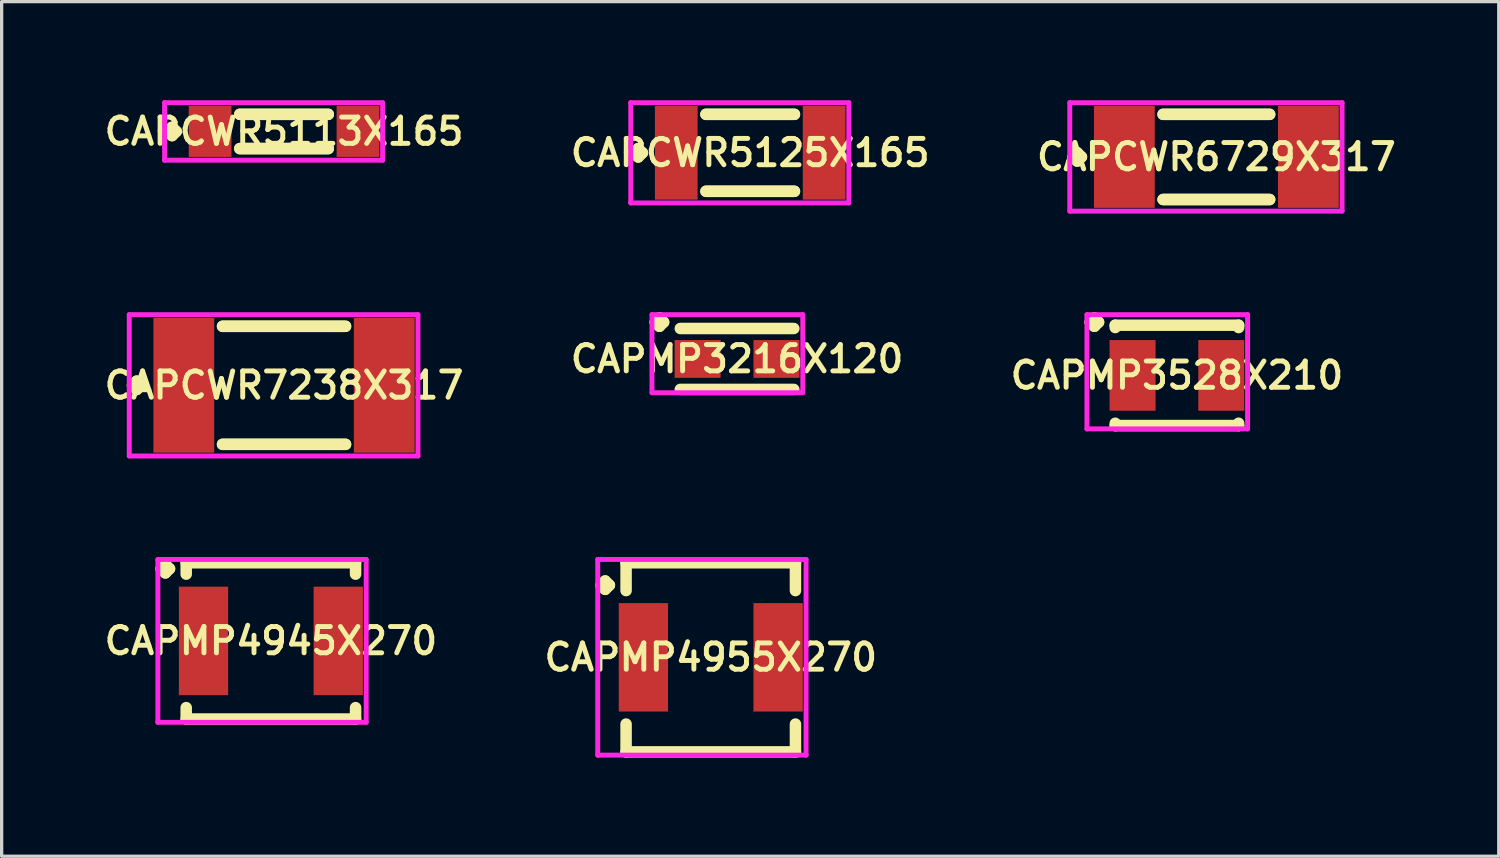
<source format=kicad_pcb>
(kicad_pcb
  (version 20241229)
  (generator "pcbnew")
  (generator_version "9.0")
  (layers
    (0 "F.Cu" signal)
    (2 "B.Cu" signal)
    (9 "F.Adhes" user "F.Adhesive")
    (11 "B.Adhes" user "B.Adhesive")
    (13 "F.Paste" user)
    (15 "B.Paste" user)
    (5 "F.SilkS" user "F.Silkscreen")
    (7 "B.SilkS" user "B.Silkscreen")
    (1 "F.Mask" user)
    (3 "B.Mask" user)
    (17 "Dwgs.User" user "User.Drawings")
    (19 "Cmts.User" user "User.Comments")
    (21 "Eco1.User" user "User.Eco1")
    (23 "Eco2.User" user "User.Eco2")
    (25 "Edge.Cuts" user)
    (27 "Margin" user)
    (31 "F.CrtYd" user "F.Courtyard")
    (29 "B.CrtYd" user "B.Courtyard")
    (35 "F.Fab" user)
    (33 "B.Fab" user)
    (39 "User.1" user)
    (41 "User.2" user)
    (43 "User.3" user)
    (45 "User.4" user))
  (footprint "CAPMP4955X270"
    (layer "F.Cu")
    (at 18.578 16.952)
    (property "Reference" "CAPMP4955X270" (at 0 0 0) (layer "F.SilkS") (effects (font (size 0.8 0.8) (thickness 0.15))))
    (attr smd)
    (fp_line (start -3.339 -2.196) (end -3.212 -2.323) (stroke (width 0.35) (type solid)) (layer "F.SilkS"))
    (fp_line (start -3.212 -2.323) (end -3.085 -2.196) (stroke (width 0.35) (type solid)) (layer "F.SilkS"))
    (fp_line (start -3.212 -2.069) (end -3.339 -2.196) (stroke (width 0.35) (type solid)) (layer "F.SilkS"))
    (fp_line (start -3.085 -2.196) (end -3.212 -2.069) (stroke (width 0.35) (type solid)) (layer "F.SilkS"))
    (fp_line (start -2.577 -2.877) (end 2.577 -2.877) (stroke (width 0.35) (type solid)) (layer "F.SilkS"))
    (fp_line (start -2.577 -2.031) (end -2.577 -2.877) (stroke (width 0.35) (type solid)) (layer "F.SilkS"))
    (fp_line (start -2.577 2.031) (end -2.577 2.877) (stroke (width 0.35) (type solid)) (layer "F.SilkS"))
    (fp_line (start -2.577 2.877) (end 2.577 2.877) (stroke (width 0.35) (type solid)) (layer "F.SilkS"))
    (fp_line (start 2.577 -2.877) (end 2.577 -2.031) (stroke (width 0.35) (type solid)) (layer "F.SilkS"))
    (fp_line (start 2.577 2.877) (end 2.577 2.031) (stroke (width 0.35) (type solid)) (layer "F.SilkS"))
    (fp_line (start -3.439 -2.977) (end 2.9 -2.977) (stroke (width 0.15) (type solid)) (layer "F.CrtYd"))
    (fp_line (start -3.439 2.977) (end -3.439 -2.977) (stroke (width 0.15) (type solid)) (layer "F.CrtYd"))
    (fp_line (start 2.9 -2.977) (end 2.9 2.977) (stroke (width 0.15) (type solid)) (layer "F.CrtYd"))
    (fp_line (start 2.9 2.977) (end -3.439 2.977) (stroke (width 0.15) (type solid)) (layer "F.CrtYd"))
    (pad "1" smd rect (at -2.05 0) (size 1.5 3.3) (layers "F.Cu" "F.Mask" "F.Paste"))
    (pad "2" smd rect (at 2.05 0) (size 1.5 3.3) (layers "F.Cu" "F.Mask" "F.Paste")))
  (footprint "CAPMP3528X210"
    (layer "F.Cu")
    (at 32.763 8.373)
    (property "Reference" "CAPMP3528X210" (at 0 0 0) (layer "F.SilkS") (effects (font (size 0.8 0.8) (thickness 0.15))))
    (attr smd)
    (fp_line (start -2.639 -1.621) (end -2.512 -1.748) (stroke (width 0.35) (type solid)) (layer "F.SilkS"))
    (fp_line (start -2.512 -1.748) (end -2.385 -1.621) (stroke (width 0.35) (type solid)) (layer "F.SilkS"))
    (fp_line (start -2.512 -1.494) (end -2.639 -1.621) (stroke (width 0.35) (type solid)) (layer "F.SilkS"))
    (fp_line (start -2.385 -1.621) (end -2.512 -1.494) (stroke (width 0.35) (type solid)) (layer "F.SilkS"))
    (fp_line (start -1.877 -1.527) (end 1.877 -1.527) (stroke (width 0.35) (type solid)) (layer "F.SilkS"))
    (fp_line (start -1.877 -1.456) (end -1.877 -1.527) (stroke (width 0.35) (type solid)) (layer "F.SilkS"))
    (fp_line (start -1.877 1.456) (end -1.877 1.527) (stroke (width 0.35) (type solid)) (layer "F.SilkS"))
    (fp_line (start -1.877 1.527) (end 1.877 1.527) (stroke (width 0.35) (type solid)) (layer "F.SilkS"))
    (fp_line (start 1.877 -1.527) (end 1.877 -1.456) (stroke (width 0.35) (type solid)) (layer "F.SilkS"))
    (fp_line (start 1.877 1.527) (end 1.877 1.456) (stroke (width 0.35) (type solid)) (layer "F.SilkS"))
    (fp_line (start -2.739 -1.848) (end 2.15 -1.848) (stroke (width 0.15) (type solid)) (layer "F.CrtYd"))
    (fp_line (start -2.739 1.627) (end -2.739 -1.848) (stroke (width 0.15) (type solid)) (layer "F.CrtYd"))
    (fp_line (start 2.15 -1.848) (end 2.15 1.627) (stroke (width 0.15) (type solid)) (layer "F.CrtYd"))
    (fp_line (start 2.15 1.627) (end -2.739 1.627) (stroke (width 0.15) (type solid)) (layer "F.CrtYd"))
    (pad "1" smd rect (at -1.35 0) (size 1.4 2.15) (layers "F.Cu" "F.Mask" "F.Paste"))
    (pad "2" smd rect (at 1.35 0) (size 1.4 2.15) (layers "F.Cu" "F.Mask" "F.Paste")))
  (footprint "CAPMP4945X270"
    (layer "F.Cu")
    (at 5.193 16.452)
    (property "Reference" "CAPMP4945X270" (at 0 0 0) (layer "F.SilkS") (effects (font (size 0.8 0.8) (thickness 0.15))))
    (attr smd)
    (fp_line (start -3.339 -2.196) (end -3.212 -2.323) (stroke (width 0.35) (type solid)) (layer "F.SilkS"))
    (fp_line (start -3.212 -2.323) (end -3.085 -2.196) (stroke (width 0.35) (type solid)) (layer "F.SilkS"))
    (fp_line (start -3.212 -2.069) (end -3.339 -2.196) (stroke (width 0.35) (type solid)) (layer "F.SilkS"))
    (fp_line (start -3.085 -2.196) (end -3.212 -2.069) (stroke (width 0.35) (type solid)) (layer "F.SilkS"))
    (fp_line (start -2.577 -2.377) (end 2.577 -2.377) (stroke (width 0.35) (type solid)) (layer "F.SilkS"))
    (fp_line (start -2.577 -2.031) (end -2.577 -2.377) (stroke (width 0.35) (type solid)) (layer "F.SilkS"))
    (fp_line (start -2.577 2.031) (end -2.577 2.377) (stroke (width 0.35) (type solid)) (layer "F.SilkS"))
    (fp_line (start -2.577 2.377) (end 2.577 2.377) (stroke (width 0.35) (type solid)) (layer "F.SilkS"))
    (fp_line (start 2.577 -2.377) (end 2.577 -2.031) (stroke (width 0.35) (type solid)) (layer "F.SilkS"))
    (fp_line (start 2.577 2.377) (end 2.577 2.031) (stroke (width 0.35) (type solid)) (layer "F.SilkS"))
    (fp_line (start -3.439 -2.477) (end 2.9 -2.477) (stroke (width 0.15) (type solid)) (layer "F.CrtYd"))
    (fp_line (start -3.439 2.477) (end -3.439 -2.477) (stroke (width 0.15) (type solid)) (layer "F.CrtYd"))
    (fp_line (start 2.9 -2.477) (end 2.9 2.477) (stroke (width 0.15) (type solid)) (layer "F.CrtYd"))
    (fp_line (start 2.9 2.477) (end -3.439 2.477) (stroke (width 0.15) (type solid)) (layer "F.CrtYd"))
    (pad "1" smd rect (at -2.05 0) (size 1.5 3.3) (layers "F.Cu" "F.Mask" "F.Paste"))
    (pad "2" smd rect (at 2.05 0) (size 1.5 3.3) (layers "F.Cu" "F.Mask" "F.Paste")))
  (footprint "CAPMP3216X120"
    (layer "F.Cu")
    (at 19.378 7.873)
    (property "Reference" "CAPMP3216X120" (at 0 0 0) (layer "F.SilkS") (effects (font (size 0.8 0.8) (thickness 0.15))))
    (attr smd)
    (fp_line (start -2.489 -1.121) (end -2.362 -1.248) (stroke (width 0.35) (type solid)) (layer "F.SilkS"))
    (fp_line (start -2.362 -1.248) (end -2.235 -1.121) (stroke (width 0.35) (type solid)) (layer "F.SilkS"))
    (fp_line (start -2.362 -0.994) (end -2.489 -1.121) (stroke (width 0.35) (type solid)) (layer "F.SilkS"))
    (fp_line (start -2.235 -1.121) (end -2.362 -0.994) (stroke (width 0.35) (type solid)) (layer "F.SilkS"))
    (fp_line (start -1.727 -0.927) (end 1.727 -0.927) (stroke (width 0.35) (type solid)) (layer "F.SilkS"))
    (fp_line (start -1.727 0.927) (end 1.727 0.927) (stroke (width 0.35) (type solid)) (layer "F.SilkS"))
    (fp_line (start -2.589 -1.348) (end 2 -1.348) (stroke (width 0.15) (type solid)) (layer "F.CrtYd"))
    (fp_line (start -2.589 1.027) (end -2.589 -1.348) (stroke (width 0.15) (type solid)) (layer "F.CrtYd"))
    (fp_line (start 2 -1.348) (end 2 1.027) (stroke (width 0.15) (type solid)) (layer "F.CrtYd"))
    (fp_line (start 2 1.027) (end -2.589 1.027) (stroke (width 0.15) (type solid)) (layer "F.CrtYd"))
    (pad "1" smd rect (at -1.2 0) (size 1.4 1.15) (layers "F.Cu" "F.Mask" "F.Paste"))
    (pad "2" smd rect (at 1.2 0) (size 1.4 1.15) (layers "F.Cu" "F.Mask" "F.Paste")))
  (footprint "CAPCWR5113X165"
    (layer "F.Cu")
    (at 5.593 0.95)
    (property "Reference" "CAPCWR5113X165" (at 0 0 0) (layer "F.SilkS") (effects (font (size 0.8 0.8) (thickness 0.15))))
    (attr smd)
    (fp_line (start -3.535 0) (end -3.408 -0.127) (stroke (width 0.35) (type solid)) (layer "F.SilkS"))
    (fp_line (start -3.408 -0.127) (end -3.281 0) (stroke (width 0.35) (type solid)) (layer "F.SilkS"))
    (fp_line (start -3.408 0.127) (end -3.535 0) (stroke (width 0.35) (type solid)) (layer "F.SilkS"))
    (fp_line (start -3.281 0) (end -3.408 0.127) (stroke (width 0.35) (type solid)) (layer "F.SilkS"))
    (fp_line (start -1.346 -0.521) (end 1.346 -0.521) (stroke (width 0.35) (type solid)) (layer "F.SilkS"))
    (fp_line (start -1.346 0.521) (end 1.346 0.521) (stroke (width 0.35) (type solid)) (layer "F.SilkS"))
    (fp_line (start 1.346 -0.521) (end -1.346 -0.521) (stroke (width 0.35) (type solid)) (layer "F.SilkS"))
    (fp_line (start 1.346 0.521) (end -1.346 0.521) (stroke (width 0.35) (type solid)) (layer "F.SilkS"))
    (fp_line (start -3.635 -0.875) (end 3 -0.875) (stroke (width 0.15) (type solid)) (layer "F.CrtYd"))
    (fp_line (start -3.635 0.875) (end -3.635 -0.875) (stroke (width 0.15) (type solid)) (layer "F.CrtYd"))
    (fp_line (start 3 -0.875) (end 3 0.875) (stroke (width 0.15) (type solid)) (layer "F.CrtYd"))
    (fp_line (start 3 0.875) (end -3.635 0.875) (stroke (width 0.15) (type solid)) (layer "F.CrtYd"))
    (pad "1" smd rect (at -2.25 0) (size 1.3 1.55) (layers "F.Cu" "F.Mask" "F.Paste"))
    (pad "2" smd rect (at 2.25 0) (size 1.3 1.55) (layers "F.Cu" "F.Mask" "F.Paste")))
  (footprint "CAPCWR6729X317"
    (layer "F.Cu")
    (at 33.963 1.725)
    (property "Reference" "CAPCWR6729X317" (at 0 0 0) (layer "F.SilkS") (effects (font (size 0.8 0.8) (thickness 0.15))))
    (attr smd)
    (fp_line (start -4.36 0) (end -4.233 -0.127) (stroke (width 0.35) (type solid)) (layer "F.SilkS"))
    (fp_line (start -4.233 -0.127) (end -4.106 0) (stroke (width 0.35) (type solid)) (layer "F.SilkS"))
    (fp_line (start -4.233 0.127) (end -4.36 0) (stroke (width 0.35) (type solid)) (layer "F.SilkS"))
    (fp_line (start -4.106 0) (end -4.233 0.127) (stroke (width 0.35) (type solid)) (layer "F.SilkS"))
    (fp_line (start -1.621 -1.296) (end 1.621 -1.296) (stroke (width 0.35) (type solid)) (layer "F.SilkS"))
    (fp_line (start -1.621 1.296) (end 1.621 1.296) (stroke (width 0.35) (type solid)) (layer "F.SilkS"))
    (fp_line (start 1.621 -1.296) (end -1.621 -1.296) (stroke (width 0.35) (type solid)) (layer "F.SilkS"))
    (fp_line (start 1.621 1.296) (end -1.621 1.296) (stroke (width 0.35) (type solid)) (layer "F.SilkS"))
    (fp_line (start -4.46 -1.65) (end 3.825 -1.65) (stroke (width 0.15) (type solid)) (layer "F.CrtYd"))
    (fp_line (start -4.46 1.65) (end -4.46 -1.65) (stroke (width 0.15) (type solid)) (layer "F.CrtYd"))
    (fp_line (start 3.825 -1.65) (end 3.825 1.65) (stroke (width 0.15) (type solid)) (layer "F.CrtYd"))
    (fp_line (start 3.825 1.65) (end -4.46 1.65) (stroke (width 0.15) (type solid)) (layer "F.CrtYd"))
    (pad "1" smd rect (at -2.8 0) (size 1.85 3.1) (layers "F.Cu" "F.Mask" "F.Paste"))
    (pad "2" smd rect (at 2.8 0) (size 1.85 3.1) (layers "F.Cu" "F.Mask" "F.Paste")))
  (footprint "CAPCWR5125X165"
    (layer "F.Cu")
    (at 19.778 1.6)
    (property "Reference" "CAPCWR5125X165" (at 0 0 0) (layer "F.SilkS") (effects (font (size 0.8 0.8) (thickness 0.15))))
    (attr smd)
    (fp_line (start -3.535 0) (end -3.408 -0.127) (stroke (width 0.35) (type solid)) (layer "F.SilkS"))
    (fp_line (start -3.408 -0.127) (end -3.281 0) (stroke (width 0.35) (type solid)) (layer "F.SilkS"))
    (fp_line (start -3.408 0.127) (end -3.535 0) (stroke (width 0.35) (type solid)) (layer "F.SilkS"))
    (fp_line (start -3.281 0) (end -3.408 0.127) (stroke (width 0.35) (type solid)) (layer "F.SilkS"))
    (fp_line (start -1.346 -1.171) (end 1.346 -1.171) (stroke (width 0.35) (type solid)) (layer "F.SilkS"))
    (fp_line (start -1.346 1.171) (end 1.346 1.171) (stroke (width 0.35) (type solid)) (layer "F.SilkS"))
    (fp_line (start 1.346 -1.171) (end -1.346 -1.171) (stroke (width 0.35) (type solid)) (layer "F.SilkS"))
    (fp_line (start 1.346 1.171) (end -1.346 1.171) (stroke (width 0.35) (type solid)) (layer "F.SilkS"))
    (fp_line (start -3.635 -1.525) (end 3 -1.525) (stroke (width 0.15) (type solid)) (layer "F.CrtYd"))
    (fp_line (start -3.635 1.525) (end -3.635 -1.525) (stroke (width 0.15) (type solid)) (layer "F.CrtYd"))
    (fp_line (start 3 -1.525) (end 3 1.525) (stroke (width 0.15) (type solid)) (layer "F.CrtYd"))
    (fp_line (start 3 1.525) (end -3.635 1.525) (stroke (width 0.15) (type solid)) (layer "F.CrtYd"))
    (pad "1" smd rect (at -2.25 0) (size 1.3 2.85) (layers "F.Cu" "F.Mask" "F.Paste"))
    (pad "2" smd rect (at 2.25 0) (size 1.3 2.85) (layers "F.Cu" "F.Mask" "F.Paste")))
  (footprint "CAPCWR7238X317"
    (layer "F.Cu")
    (at 5.593 8.675)
    (property "Reference" "CAPCWR7238X317" (at 0 0 0) (layer "F.SilkS") (effects (font (size 0.8 0.8) (thickness 0.15))))
    (attr smd)
    (fp_line (start -4.61 0) (end -4.483 -0.127) (stroke (width 0.35) (type solid)) (layer "F.SilkS"))
    (fp_line (start -4.483 -0.127) (end -4.356 0) (stroke (width 0.35) (type solid)) (layer "F.SilkS"))
    (fp_line (start -4.483 0.127) (end -4.61 0) (stroke (width 0.35) (type solid)) (layer "F.SilkS"))
    (fp_line (start -4.356 0) (end -4.483 0.127) (stroke (width 0.35) (type solid)) (layer "F.SilkS"))
    (fp_line (start -1.871 -1.796) (end 1.871 -1.796) (stroke (width 0.35) (type solid)) (layer "F.SilkS"))
    (fp_line (start -1.871 1.796) (end 1.871 1.796) (stroke (width 0.35) (type solid)) (layer "F.SilkS"))
    (fp_line (start 1.871 -1.796) (end -1.871 -1.796) (stroke (width 0.35) (type solid)) (layer "F.SilkS"))
    (fp_line (start 1.871 1.796) (end -1.871 1.796) (stroke (width 0.35) (type solid)) (layer "F.SilkS"))
    (fp_line (start -4.71 -2.15) (end 4.075 -2.15) (stroke (width 0.15) (type solid)) (layer "F.CrtYd"))
    (fp_line (start -4.71 2.15) (end -4.71 -2.15) (stroke (width 0.15) (type solid)) (layer "F.CrtYd"))
    (fp_line (start 4.075 -2.15) (end 4.075 2.15) (stroke (width 0.15) (type solid)) (layer "F.CrtYd"))
    (fp_line (start 4.075 2.15) (end -4.71 2.15) (stroke (width 0.15) (type solid)) (layer "F.CrtYd"))
    (pad "1" smd rect (at -3.05 0) (size 1.85 4.1) (layers "F.Cu" "F.Mask" "F.Paste"))
    (pad "2" smd rect (at 3.05 0) (size 1.85 4.1) (layers "F.Cu" "F.Mask" "F.Paste")))
  (gr_rect
    (start -3 -3)
    (end 42.556 23.004)
    (stroke (width 0.1) (type default))
    (fill no)
    (layer "Edge.Cuts")))
</source>
